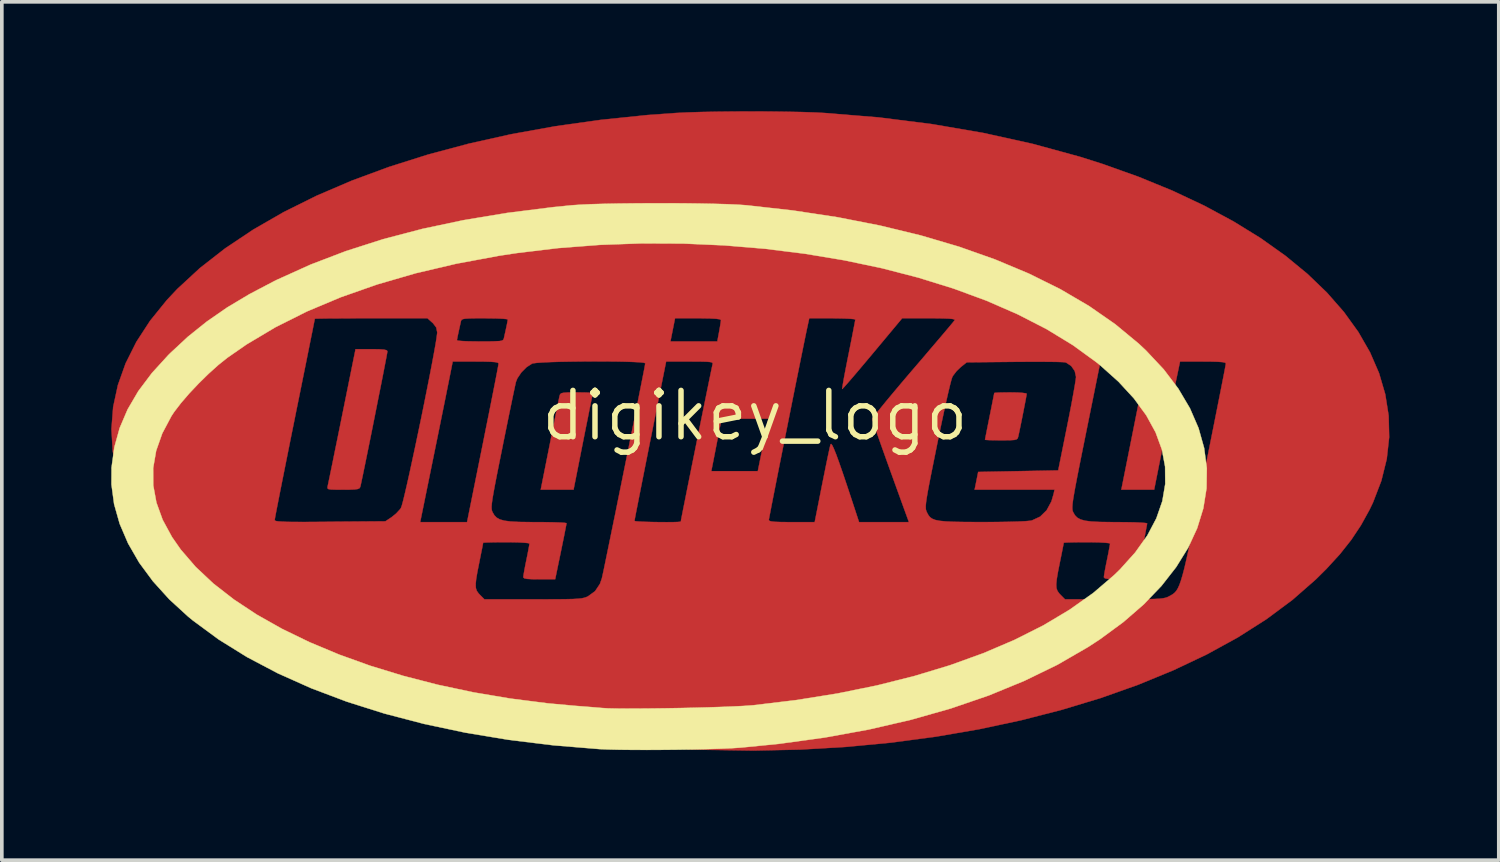
<source format=kicad_pcb>
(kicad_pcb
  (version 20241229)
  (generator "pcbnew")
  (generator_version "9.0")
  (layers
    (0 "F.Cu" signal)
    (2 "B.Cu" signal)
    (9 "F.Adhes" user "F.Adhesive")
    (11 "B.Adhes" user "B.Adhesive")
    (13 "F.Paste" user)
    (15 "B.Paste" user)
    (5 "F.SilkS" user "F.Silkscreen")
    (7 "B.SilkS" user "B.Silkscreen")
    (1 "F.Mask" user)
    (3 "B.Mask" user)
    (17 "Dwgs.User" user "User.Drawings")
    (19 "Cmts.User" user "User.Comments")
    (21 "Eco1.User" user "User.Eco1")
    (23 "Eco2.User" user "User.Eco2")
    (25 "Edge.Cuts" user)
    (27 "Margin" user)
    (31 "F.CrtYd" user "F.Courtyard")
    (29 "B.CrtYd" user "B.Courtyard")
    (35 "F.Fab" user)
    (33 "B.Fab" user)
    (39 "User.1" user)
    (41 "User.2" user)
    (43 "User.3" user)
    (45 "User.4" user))
  (footprint "digikey_logo"
    (layer "F.Cu")
    (at 17.646 8.343)
    (property "Reference" "digikey_logo" (at 0 0 0) (layer "F.SilkS") (effects (font (size 1.27 1.27) (thickness 0.15))))
    (attr through_hole)
    (fp_poly (pts (xy -4.684 -0.634) (xy -4.556 -0.629) (xy -4.483 -0.617) (xy -4.454 -0.596) (xy -4.453 -0.564) (xy -4.454 -0.561) (xy -4.467 -0.502) (xy -4.494 -0.371) (xy -4.533 -0.179) (xy -4.581 0.064) (xy -4.638 0.346) (xy -4.7 0.657) (xy -4.723 0.773) (xy -4.972 2.032) (xy -5.872 2.032) (xy -5.625 0.794) (xy -5.562 0.477) (xy -5.503 0.184) (xy -5.451 -0.075) (xy -5.408 -0.287) (xy -5.376 -0.442) (xy -5.358 -0.529) (xy -5.355 -0.54) (xy -5.341 -0.582) (xy -5.311 -0.61) (xy -5.25 -0.625) (xy -5.142 -0.633) (xy -4.972 -0.635) (xy -4.884 -0.635) (xy -4.684 -0.634)) (stroke (width 0.01) (type solid)) (fill yes) (layer "F.Cu"))
    (fp_poly (pts (xy 7.189 -0.632) (xy 7.335 -0.623) (xy 7.427 -0.61) (xy 7.451 -0.598) (xy 7.443 -0.547) (xy 7.422 -0.431) (xy 7.391 -0.27) (xy 7.354 -0.081) (xy 7.315 0.116) (xy 7.277 0.302) (xy 7.244 0.46) (xy 7.22 0.57) (xy 7.217 0.582) (xy 7.203 0.625) (xy 7.173 0.652) (xy 7.112 0.668) (xy 7.004 0.675) (xy 6.832 0.677) (xy 6.751 0.677) (xy 6.569 0.676) (xy 6.423 0.673) (xy 6.331 0.667) (xy 6.308 0.663) (xy 6.316 0.618) (xy 6.338 0.506) (xy 6.371 0.34) (xy 6.412 0.135) (xy 6.435 0.021) (xy 6.479 -0.198) (xy 6.516 -0.385) (xy 6.544 -0.527) (xy 6.56 -0.607) (xy 6.562 -0.62) (xy 6.601 -0.626) (xy 6.708 -0.631) (xy 6.864 -0.634) (xy 7.006 -0.635) (xy 7.189 -0.632)) (stroke (width 0.01) (type solid)) (fill yes) (layer "F.Cu"))
    (fp_poly (pts (xy -10.306 -1.818) (xy -10.172 -1.809) (xy -10.099 -1.792) (xy -10.075 -1.767) (xy -10.075 -1.764) (xy -10.083 -1.712) (xy -10.106 -1.587) (xy -10.142 -1.401) (xy -10.188 -1.162) (xy -10.243 -0.882) (xy -10.305 -0.572) (xy -10.371 -0.24) (xy -10.439 0.102) (xy -10.507 0.444) (xy -10.574 0.775) (xy -10.637 1.085) (xy -10.694 1.364) (xy -10.743 1.602) (xy -10.782 1.787) (xy -10.808 1.91) (xy -10.82 1.958) (xy -10.84 1.991) (xy -10.887 2.013) (xy -10.975 2.025) (xy -11.119 2.031) (xy -11.289 2.032) (xy -11.487 2.031) (xy -11.615 2.027) (xy -11.687 2.017) (xy -11.716 1.996) (xy -11.718 1.963) (xy -11.713 1.937) (xy -11.7 1.876) (xy -11.672 1.742) (xy -11.631 1.542) (xy -11.578 1.286) (xy -11.517 0.983) (xy -11.447 0.642) (xy -11.372 0.272) (xy -11.319 0.011) (xy -10.949 -1.82) (xy -10.512 -1.82) (xy -10.306 -1.818)) (stroke (width 0.01) (type solid)) (fill yes) (layer "F.Cu"))
    (fp_poly (pts (xy 0.386 -8.336) (xy 0.846 -8.33) (xy 1.27 -8.322) (xy 1.642 -8.31) (xy 1.905 -8.296) (xy 3.398 -8.174) (xy 4.851 -7.991) (xy 6.259 -7.749) (xy 7.616 -7.449) (xy 8.917 -7.093) (xy 9.525 -6.9) (xy 10.518 -6.546) (xy 11.45 -6.164) (xy 12.32 -5.754) (xy 13.125 -5.32) (xy 13.866 -4.863) (xy 14.54 -4.384) (xy 15.146 -3.886) (xy 15.683 -3.37) (xy 16.149 -2.838) (xy 16.543 -2.292) (xy 16.864 -1.733) (xy 17.111 -1.163) (xy 17.281 -0.584) (xy 17.374 0.002) (xy 17.388 0.594) (xy 17.322 1.19) (xy 17.174 1.787) (xy 16.944 2.385) (xy 16.849 2.582) (xy 16.615 3.006) (xy 16.349 3.406) (xy 16.038 3.799) (xy 15.67 4.201) (xy 15.38 4.489) (xy 14.739 5.05) (xy 14.024 5.582) (xy 13.238 6.082) (xy 12.386 6.549) (xy 11.472 6.982) (xy 10.502 7.381) (xy 9.48 7.743) (xy 8.41 8.067) (xy 7.297 8.353) (xy 6.145 8.599) (xy 4.96 8.803) (xy 3.744 8.965) (xy 2.504 9.083) (xy 1.244 9.157) (xy -0.032 9.184) (xy -1.32 9.164) (xy -1.863 9.141) (xy -3.202 9.048) (xy -4.512 8.904) (xy -5.789 8.713) (xy -7.029 8.474) (xy -8.225 8.189) (xy -9.375 7.859) (xy -10.474 7.487) (xy -11.516 7.073) (xy -12.498 6.618) (xy -13.414 6.125) (xy -14.261 5.593) (xy -14.727 5.262) (xy -15 5.045) (xy -15.297 4.786) (xy -15.468 4.627) (xy -7.656 4.627) (xy -7.65 4.73) (xy -7.624 4.807) (xy -7.577 4.873) (xy -7.539 4.914) (xy -7.415 5.038) (xy -6.076 5.038) (xy -5.702 5.037) (xy -5.402 5.036) (xy -5.167 5.033) (xy -4.988 5.029) (xy -4.854 5.021) (xy -4.755 5.011) (xy -4.683 4.996) (xy -4.626 4.978) (xy -4.575 4.955) (xy -4.574 4.954) (xy -4.382 4.814) (xy -4.257 4.627) (xy 8.261 4.627) (xy 8.267 4.73) (xy 8.294 4.807) (xy 8.34 4.873) (xy 8.379 4.914) (xy 8.502 5.038) (xy 9.85 5.038) (xy 10.228 5.037) (xy 10.53 5.036) (xy 10.767 5.033) (xy 10.948 5.028) (xy 11.083 5.021) (xy 11.181 5.01) (xy 11.253 4.996) (xy 11.307 4.978) (xy 11.346 4.959) (xy 11.406 4.927) (xy 11.46 4.894) (xy 11.508 4.855) (xy 11.552 4.805) (xy 11.594 4.737) (xy 11.636 4.646) (xy 11.679 4.525) (xy 11.725 4.37) (xy 11.776 4.175) (xy 11.832 3.933) (xy 11.897 3.64) (xy 11.971 3.288) (xy 12.056 2.874) (xy 12.154 2.39) (xy 12.267 1.831) (xy 12.316 1.587) (xy 12.414 1.098) (xy 12.507 0.632) (xy 12.594 0.197) (xy 12.673 -0.201) (xy 12.743 -0.554) (xy 12.803 -0.858) (xy 12.851 -1.103) (xy 12.886 -1.285) (xy 12.906 -1.396) (xy 12.912 -1.429) (xy 12.89 -1.451) (xy 12.817 -1.466) (xy 12.685 -1.476) (xy 12.485 -1.481) (xy 12.283 -1.482) (xy 11.655 -1.482) (xy 11.524 -0.857) (xy 11.479 -0.638) (xy 11.422 -0.355) (xy 11.356 -0.03) (xy 11.286 0.318) (xy 11.215 0.669) (xy 11.17 0.9) (xy 10.945 2.032) (xy 10.045 2.032) (xy 10.377 0.37) (xy 10.45 0.003) (xy 10.519 -0.34) (xy 10.582 -0.651) (xy 10.636 -0.92) (xy 10.68 -1.137) (xy 10.712 -1.292) (xy 10.729 -1.377) (xy 10.732 -1.388) (xy 10.755 -1.484) (xy 10.111 -1.472) (xy 9.468 -1.46) (xy 9.066 0.529) (xy 8.973 0.989) (xy 8.896 1.374) (xy 8.834 1.69) (xy 8.785 1.945) (xy 8.749 2.147) (xy 8.723 2.303) (xy 8.708 2.419) (xy 8.702 2.504) (xy 8.703 2.565) (xy 8.71 2.609) (xy 8.723 2.644) (xy 8.724 2.646) (xy 8.773 2.732) (xy 8.837 2.798) (xy 8.926 2.847) (xy 9.05 2.882) (xy 9.221 2.904) (xy 9.45 2.916) (xy 9.747 2.92) (xy 9.917 2.921) (xy 10.172 2.923) (xy 10.396 2.927) (xy 10.576 2.935) (xy 10.699 2.944) (xy 10.752 2.954) (xy 10.753 2.956) (xy 10.745 3.007) (xy 10.722 3.127) (xy 10.689 3.302) (xy 10.646 3.518) (xy 10.604 3.725) (xy 10.557 3.963) (xy 10.515 4.17) (xy 10.483 4.333) (xy 10.462 4.439) (xy 10.456 4.473) (xy 10.417 4.479) (xy 10.31 4.484) (xy 10.154 4.487) (xy 10.012 4.487) (xy 9.806 4.485) (xy 9.672 4.477) (xy 9.597 4.462) (xy 9.569 4.437) (xy 9.567 4.428) (xy 9.575 4.364) (xy 9.597 4.237) (xy 9.629 4.07) (xy 9.652 3.958) (xy 9.688 3.78) (xy 9.716 3.632) (xy 9.733 3.535) (xy 9.737 3.509) (xy 9.697 3.496) (xy 9.587 3.485) (xy 9.422 3.476) (xy 9.215 3.472) (xy 9.102 3.471) (xy 8.881 3.472) (xy 8.693 3.475) (xy 8.554 3.479) (xy 8.477 3.484) (xy 8.467 3.487) (xy 8.459 3.532) (xy 8.437 3.643) (xy 8.405 3.805) (xy 8.365 4.001) (xy 8.361 4.022) (xy 8.308 4.287) (xy 8.275 4.484) (xy 8.261 4.627) (xy -4.257 4.627) (xy -4.25 4.617) (xy -4.197 4.466) (xy -4.181 4.396) (xy -4.15 4.253) (xy -4.107 4.046) (xy -4.053 3.783) (xy -3.989 3.471) (xy -3.917 3.119) (xy -3.87 2.889) (xy -3.303 2.889) (xy -3.263 2.898) (xy -3.157 2.906) (xy -3.002 2.913) (xy -2.815 2.918) (xy -2.616 2.921) (xy -2.421 2.922) (xy -2.248 2.921) (xy -2.116 2.917) (xy -2.042 2.91) (xy -2.032 2.906) (xy -2.024 2.863) (xy 0.381 2.863) (xy 0.397 2.886) (xy 0.451 2.902) (xy 0.554 2.913) (xy 0.718 2.919) (xy 0.954 2.921) (xy 1.01 2.921) (xy 1.639 2.921) (xy 1.842 1.894) (xy 1.9 1.607) (xy 1.953 1.343) (xy 2 1.117) (xy 2.038 0.94) (xy 2.064 0.825) (xy 2.074 0.787) (xy 2.091 0.777) (xy 2.121 0.816) (xy 2.165 0.909) (xy 2.226 1.06) (xy 2.304 1.274) (xy 2.402 1.555) (xy 2.521 1.908) (xy 2.65 2.297) (xy 2.855 2.921) (xy 4.222 2.921) (xy 4.081 2.533) (xy 4.683 2.533) (xy 4.689 2.583) (xy 4.702 2.623) (xy 4.716 2.654) (xy 4.754 2.726) (xy 4.799 2.784) (xy 4.861 2.828) (xy 4.948 2.862) (xy 5.069 2.886) (xy 5.235 2.902) (xy 5.454 2.912) (xy 5.736 2.917) (xy 6.089 2.919) (xy 6.244 2.919) (xy 6.607 2.918) (xy 6.927 2.913) (xy 7.197 2.906) (xy 7.406 2.896) (xy 7.545 2.884) (xy 7.591 2.876) (xy 7.819 2.771) (xy 7.997 2.597) (xy 8.128 2.355) (xy 8.189 2.148) (xy 8.214 2.032) (xy 6.023 2.032) (xy 6.072 1.789) (xy 6.121 1.545) (xy 8.315 1.503) (xy 8.558 0.296) (xy 8.621 -0.02) (xy 8.678 -0.315) (xy 8.726 -0.579) (xy 8.765 -0.798) (xy 8.791 -0.96) (xy 8.803 -1.054) (xy 8.803 -1.063) (xy 8.768 -1.222) (xy 8.671 -1.361) (xy 8.534 -1.451) (xy 8.502 -1.461) (xy 8.436 -1.466) (xy 8.297 -1.471) (xy 8.095 -1.474) (xy 7.843 -1.476) (xy 7.551 -1.476) (xy 7.232 -1.474) (xy 7.105 -1.473) (xy 5.807 -1.46) (xy 5.645 -1.331) (xy 5.529 -1.22) (xy 5.434 -1.096) (xy 5.411 -1.056) (xy 5.387 -0.983) (xy 5.349 -0.837) (xy 5.299 -0.628) (xy 5.239 -0.364) (xy 5.172 -0.056) (xy 5.099 0.286) (xy 5.023 0.654) (xy 4.993 0.8) (xy 4.908 1.222) (xy 4.838 1.569) (xy 4.783 1.849) (xy 4.741 2.071) (xy 4.712 2.242) (xy 4.693 2.371) (xy 4.684 2.465) (xy 4.683 2.533) (xy 4.081 2.533) (xy 3.72 1.535) (xy 3.603 1.209) (xy 3.495 0.907) (xy 3.4 0.638) (xy 3.322 0.413) (xy 3.263 0.241) (xy 3.228 0.13) (xy 3.218 0.093) (xy 3.245 0.049) (xy 3.321 -0.051) (xy 3.441 -0.201) (xy 3.598 -0.394) (xy 3.788 -0.622) (xy 4.004 -0.879) (xy 4.24 -1.157) (xy 4.33 -1.262) (xy 4.574 -1.546) (xy 4.8 -1.812) (xy 5.004 -2.051) (xy 5.179 -2.257) (xy 5.319 -2.423) (xy 5.418 -2.542) (xy 5.47 -2.606) (xy 5.476 -2.614) (xy 5.471 -2.634) (xy 5.422 -2.648) (xy 5.319 -2.658) (xy 5.155 -2.664) (xy 4.92 -2.667) (xy 4.772 -2.667) (xy 4.036 -2.667) (xy 3.221 -1.69) (xy 3.016 -1.446) (xy 2.83 -1.225) (xy 2.668 -1.035) (xy 2.537 -0.884) (xy 2.445 -0.78) (xy 2.397 -0.73) (xy 2.392 -0.727) (xy 2.396 -0.77) (xy 2.415 -0.885) (xy 2.446 -1.059) (xy 2.488 -1.28) (xy 2.538 -1.535) (xy 2.565 -1.67) (xy 2.619 -1.94) (xy 2.667 -2.182) (xy 2.706 -2.384) (xy 2.735 -2.534) (xy 2.75 -2.619) (xy 2.752 -2.633) (xy 2.712 -2.645) (xy 2.602 -2.655) (xy 2.437 -2.662) (xy 2.231 -2.666) (xy 2.12 -2.667) (xy 1.489 -2.667) (xy 1.441 -2.445) (xy 1.411 -2.305) (xy 1.369 -2.101) (xy 1.316 -1.841) (xy 1.254 -1.536) (xy 1.185 -1.192) (xy 1.109 -0.818) (xy 1.03 -0.424) (xy 0.949 -0.017) (xy 0.867 0.394) (xy 0.785 0.801) (xy 0.707 1.194) (xy 0.633 1.565) (xy 0.566 1.906) (xy 0.506 2.209) (xy 0.456 2.464) (xy 0.418 2.663) (xy 0.392 2.798) (xy 0.381 2.86) (xy 0.381 2.863) (xy -2.024 2.863) (xy -2.024 2.86) (xy -2.001 2.74) (xy -1.965 2.557) (xy -1.917 2.319) (xy -1.861 2.036) (xy -1.797 1.718) (xy -1.758 1.524) (xy -1.196 1.524) (xy 0.079 1.524) (xy 0.124 1.302) (xy 0.151 1.169) (xy 0.189 0.98) (xy 0.233 0.762) (xy 0.269 0.582) (xy 0.37 0.085) (xy -0.913 0.085) (xy -1.032 0.688) (xy -1.076 0.913) (xy -1.116 1.118) (xy -1.148 1.282) (xy -1.169 1.388) (xy -1.173 1.408) (xy -1.196 1.524) (xy -1.758 1.524) (xy -1.728 1.374) (xy -1.655 1.014) (xy -1.581 0.646) (xy -1.507 0.282) (xy -1.435 -0.071) (xy -1.368 -0.402) (xy -1.307 -0.701) (xy -1.254 -0.96) (xy -1.211 -1.169) (xy -1.18 -1.318) (xy -1.163 -1.397) (xy -1.16 -1.408) (xy -1.157 -1.436) (xy -1.177 -1.456) (xy -1.231 -1.469) (xy -1.332 -1.477) (xy -1.491 -1.481) (xy -1.719 -1.482) (xy -1.786 -1.482) (xy -2.434 -1.482) (xy -2.869 0.688) (xy -2.952 1.105) (xy -3.03 1.497) (xy -3.101 1.855) (xy -3.164 2.173) (xy -3.217 2.443) (xy -3.259 2.656) (xy -3.287 2.804) (xy -3.301 2.881) (xy -3.303 2.889) (xy -3.87 2.889) (xy -3.838 2.736) (xy -3.756 2.328) (xy -3.67 1.906) (xy -3.583 1.475) (xy -3.496 1.046) (xy -3.412 0.626) (xy -3.331 0.222) (xy -3.255 -0.155) (xy -3.187 -0.5) (xy -3.127 -0.803) (xy -3.077 -1.056) (xy -3.039 -1.25) (xy -3.015 -1.379) (xy -3.006 -1.434) (xy -3.006 -1.434) (xy -3.046 -1.449) (xy -3.16 -1.461) (xy -3.335 -1.47) (xy -3.561 -1.478) (xy -3.826 -1.483) (xy -4.119 -1.485) (xy -4.428 -1.486) (xy -4.741 -1.484) (xy -5.049 -1.48) (xy -5.338 -1.475) (xy -5.598 -1.467) (xy -5.817 -1.457) (xy -5.984 -1.445) (xy -6.088 -1.431) (xy -6.109 -1.424) (xy -6.258 -1.329) (xy -6.402 -1.185) (xy -6.512 -1.022) (xy -6.552 -0.922) (xy -6.568 -0.851) (xy -6.599 -0.706) (xy -6.643 -0.498) (xy -6.697 -0.236) (xy -6.76 0.069) (xy -6.829 0.408) (xy -6.903 0.771) (xy -6.922 0.868) (xy -7.006 1.284) (xy -7.074 1.625) (xy -7.127 1.899) (xy -7.167 2.115) (xy -7.195 2.281) (xy -7.212 2.405) (xy -7.219 2.495) (xy -7.218 2.559) (xy -7.21 2.605) (xy -7.196 2.642) (xy -7.194 2.646) (xy -7.144 2.732) (xy -7.08 2.798) (xy -6.992 2.847) (xy -6.867 2.882) (xy -6.696 2.904) (xy -6.468 2.916) (xy -6.171 2.92) (xy -6.001 2.921) (xy -5.745 2.922) (xy -5.521 2.926) (xy -5.341 2.932) (xy -5.219 2.94) (xy -5.166 2.949) (xy -5.165 2.95) (xy -5.173 2.999) (xy -5.196 3.117) (xy -5.23 3.291) (xy -5.274 3.507) (xy -5.32 3.733) (xy -5.476 4.487) (xy -5.913 4.487) (xy -6.117 4.485) (xy -6.249 4.477) (xy -6.323 4.461) (xy -6.349 4.436) (xy -6.35 4.428) (xy -6.342 4.364) (xy -6.32 4.237) (xy -6.288 4.07) (xy -6.265 3.958) (xy -6.229 3.78) (xy -6.201 3.632) (xy -6.184 3.535) (xy -6.181 3.509) (xy -6.221 3.496) (xy -6.33 3.485) (xy -6.496 3.476) (xy -6.702 3.472) (xy -6.816 3.471) (xy -7.037 3.472) (xy -7.224 3.475) (xy -7.364 3.479) (xy -7.44 3.484) (xy -7.451 3.487) (xy -7.459 3.532) (xy -7.48 3.643) (xy -7.513 3.805) (xy -7.552 4.001) (xy -7.556 4.022) (xy -7.609 4.287) (xy -7.642 4.484) (xy -7.656 4.627) (xy -15.468 4.627) (xy -15.603 4.5) (xy -15.903 4.203) (xy -16.182 3.908) (xy -16.423 3.632) (xy -16.614 3.389) (xy -16.63 3.365) (xy -16.909 2.921) (xy -9.177 2.921) (xy -7.892 2.921) (xy -7.459 0.773) (xy -7.376 0.357) (xy -7.297 -0.034) (xy -7.226 -0.393) (xy -7.163 -0.711) (xy -7.11 -0.981) (xy -7.069 -1.194) (xy -7.041 -1.344) (xy -7.028 -1.421) (xy -7.027 -1.429) (xy -7.049 -1.45) (xy -7.121 -1.466) (xy -7.252 -1.476) (xy -7.452 -1.481) (xy -7.656 -1.482) (xy -8.285 -1.482) (xy -8.401 -0.9) (xy -8.437 -0.722) (xy -8.486 -0.476) (xy -8.547 -0.174) (xy -8.617 0.17) (xy -8.692 0.542) (xy -8.771 0.928) (xy -8.847 1.302) (xy -9.177 2.921) (xy -16.909 2.921) (xy -16.946 2.862) (xy -13.166 2.862) (xy -13.157 2.879) (xy -13.125 2.892) (xy -13.063 2.902) (xy -12.962 2.909) (xy -12.815 2.914) (xy -12.614 2.916) (xy -12.351 2.917) (xy -12.018 2.915) (xy -11.649 2.912) (xy -10.132 2.9) (xy -9.961 2.786) (xy -9.836 2.685) (xy -9.729 2.569) (xy -9.704 2.532) (xy -9.68 2.466) (xy -9.642 2.326) (xy -9.593 2.122) (xy -9.533 1.863) (xy -9.465 1.558) (xy -9.391 1.216) (xy -9.312 0.848) (xy -9.231 0.462) (xy -9.149 0.069) (xy -9.069 -0.324) (xy -8.993 -0.706) (xy -8.921 -1.069) (xy -8.857 -1.401) (xy -8.802 -1.696) (xy -8.758 -1.942) (xy -8.738 -2.064) (xy -8.169 -2.064) (xy -8.13 -2.053) (xy -8.02 -2.043) (xy -7.855 -2.036) (xy -7.649 -2.033) (xy -7.536 -2.032) (xy -2.316 -2.032) (xy -1.031 -2.032) (xy -0.981 -2.301) (xy -0.955 -2.448) (xy -0.937 -2.564) (xy -0.931 -2.619) (xy -0.964 -2.64) (xy -1.064 -2.654) (xy -1.237 -2.663) (xy -1.489 -2.667) (xy -1.56 -2.667) (xy -2.19 -2.667) (xy -2.253 -2.349) (xy -2.316 -2.032) (xy -7.536 -2.032) (xy -7.292 -2.032) (xy -7.12 -2.035) (xy -7.007 -2.042) (xy -6.938 -2.054) (xy -6.903 -2.074) (xy -6.886 -2.104) (xy -6.88 -2.127) (xy -6.834 -2.333) (xy -6.799 -2.497) (xy -6.779 -2.604) (xy -6.774 -2.635) (xy -6.814 -2.646) (xy -6.923 -2.656) (xy -7.088 -2.663) (xy -7.294 -2.666) (xy -7.408 -2.667) (xy -7.651 -2.667) (xy -7.823 -2.664) (xy -7.937 -2.657) (xy -8.005 -2.645) (xy -8.041 -2.625) (xy -8.058 -2.595) (xy -8.063 -2.572) (xy -8.109 -2.366) (xy -8.144 -2.202) (xy -8.165 -2.095) (xy -8.169 -2.064) (xy -8.738 -2.064) (xy -8.728 -2.13) (xy -8.712 -2.252) (xy -8.71 -2.285) (xy -8.737 -2.416) (xy -8.824 -2.531) (xy -8.844 -2.549) (xy -8.976 -2.667) (xy -10.521 -2.667) (xy -10.873 -2.667) (xy -11.197 -2.666) (xy -11.483 -2.664) (xy -11.722 -2.663) (xy -11.905 -2.66) (xy -12.023 -2.658) (xy -12.065 -2.655) (xy -12.065 -2.655) (xy -12.073 -2.613) (xy -12.097 -2.494) (xy -12.134 -2.306) (xy -12.185 -2.056) (xy -12.246 -1.751) (xy -12.317 -1.397) (xy -12.397 -1.002) (xy -12.484 -0.571) (xy -12.577 -0.114) (xy -12.615 0.078) (xy -12.71 0.547) (xy -12.799 0.992) (xy -12.882 1.407) (xy -12.957 1.783) (xy -13.023 2.115) (xy -13.078 2.395) (xy -13.121 2.616) (xy -13.15 2.77) (xy -13.164 2.852) (xy -13.166 2.862) (xy -16.946 2.862) (xy -17 2.777) (xy -17.285 2.18) (xy -17.487 1.579) (xy -17.606 0.974) (xy -17.641 0.368) (xy -17.594 -0.236) (xy -17.464 -0.837) (xy -17.252 -1.433) (xy -16.958 -2.02) (xy -16.582 -2.598) (xy -16.125 -3.163) (xy -15.835 -3.472) (xy -15.216 -4.044) (xy -14.52 -4.587) (xy -13.753 -5.099) (xy -12.917 -5.58) (xy -12.017 -6.027) (xy -11.056 -6.439) (xy -10.038 -6.815) (xy -8.967 -7.154) (xy -7.846 -7.454) (xy -6.681 -7.714) (xy -5.473 -7.932) (xy -4.228 -8.107) (xy -2.949 -8.239) (xy -2.159 -8.296) (xy -1.846 -8.311) (xy -1.466 -8.323) (xy -1.036 -8.331) (xy -0.572 -8.336) (xy -0.093 -8.338) (xy 0.386 -8.336)) (stroke (width 0.01) (type solid)) (fill yes) (layer "F.Cu"))
    (fp_poly (pts (xy -8.466 -1.012) (xy -8.363 -0.995) (xy -8.311 -0.955) (xy -8.298 -0.885) (xy -8.314 -0.776) (xy -8.346 -0.621) (xy -8.394 -0.381) (xy -8.981 -0.381) (xy -9.192 -0.383) (xy -9.37 -0.389) (xy -9.498 -0.398) (xy -9.562 -0.409) (xy -9.566 -0.413) (xy -9.556 -0.475) (xy -9.53 -0.604) (xy -9.491 -0.785) (xy -9.46 -0.921) (xy -9.448 -0.959) (xy -9.424 -0.985) (xy -9.372 -1.002) (xy -9.281 -1.011) (xy -9.135 -1.015) (xy -8.921 -1.016) (xy -8.868 -1.016) (xy -8.63 -1.016) (xy -8.466 -1.012)) (stroke (width 0.01) (type solid)) (fill yes) (layer "F.Mask"))
    (fp_poly (pts (xy -2.534 1.356) (xy -2.356 1.359) (xy -2.227 1.363) (xy -2.163 1.368) (xy -2.159 1.37) (xy -2.167 1.416) (xy -2.188 1.526) (xy -2.219 1.682) (xy -2.255 1.865) (xy -2.294 2.057) (xy -2.331 2.239) (xy -2.363 2.393) (xy -2.385 2.5) (xy -2.392 2.529) (xy -2.404 2.567) (xy -2.429 2.593) (xy -2.479 2.61) (xy -2.57 2.62) (xy -2.713 2.624) (xy -2.924 2.625) (xy -3 2.625) (xy -3.586 2.625) (xy -3.459 1.99) (xy -3.332 1.355) (xy -2.746 1.355) (xy -2.534 1.356)) (stroke (width 0.01) (type solid)) (fill yes) (layer "F.Mask"))
    (fp_poly (pts (xy 1.806 4.027) (xy 1.846 4.052) (xy 1.844 4.11) (xy 1.842 4.117) (xy 1.819 4.221) (xy 1.786 4.373) (xy 1.747 4.553) (xy 1.707 4.744) (xy 1.669 4.925) (xy 1.638 5.078) (xy 1.616 5.186) (xy 1.609 5.227) (xy 1.571 5.241) (xy 1.477 5.249) (xy 1.435 5.249) (xy 1.319 5.24) (xy 1.279 5.211) (xy 1.281 5.196) (xy 1.297 5.137) (xy 1.326 5.012) (xy 1.365 4.838) (xy 1.409 4.632) (xy 1.419 4.583) (xy 1.537 4.022) (xy 1.701 4.022) (xy 1.806 4.027)) (stroke (width 0.01) (type solid)) (fill yes) (layer "F.Mask"))
    (fp_poly (pts (xy -3.635 -1.014) (xy -3.457 -1.008) (xy -3.329 -0.999) (xy -3.265 -0.988) (xy -3.261 -0.984) (xy -3.271 -0.922) (xy -3.297 -0.793) (xy -3.336 -0.612) (xy -3.367 -0.476) (xy -3.379 -0.438) (xy -3.403 -0.412) (xy -3.455 -0.395) (xy -3.546 -0.386) (xy -3.692 -0.382) (xy -3.906 -0.381) (xy -3.959 -0.381) (xy -4.189 -0.382) (xy -4.348 -0.386) (xy -4.448 -0.394) (xy -4.503 -0.409) (xy -4.526 -0.432) (xy -4.53 -0.459) (xy -4.522 -0.542) (xy -4.501 -0.674) (xy -4.481 -0.776) (xy -4.433 -1.016) (xy -3.846 -1.016) (xy -3.635 -1.014)) (stroke (width 0.01) (type solid)) (fill yes) (layer "F.Mask"))
    (fp_poly (pts (xy -4.544 4.026) (xy -4.49 4.035) (xy -4.487 4.038) (xy -4.495 4.084) (xy -4.517 4.194) (xy -4.548 4.35) (xy -4.572 4.466) (xy -4.608 4.645) (xy -4.636 4.792) (xy -4.653 4.889) (xy -4.657 4.915) (xy -4.619 4.94) (xy -4.528 4.953) (xy -4.506 4.953) (xy -4.406 4.959) (xy -4.367 4.991) (xy -4.367 5.074) (xy -4.368 5.091) (xy -4.381 5.228) (xy -4.71 5.241) (xy -4.885 5.243) (xy -4.989 5.234) (xy -5.034 5.212) (xy -5.038 5.198) (xy -5.03 5.138) (xy -5.007 5.013) (xy -4.974 4.838) (xy -4.933 4.632) (xy -4.922 4.583) (xy -4.806 4.022) (xy -4.647 4.022) (xy -4.544 4.026)) (stroke (width 0.01) (type solid)) (fill yes) (layer "F.Mask"))
    (fp_poly (pts (xy -8.495 0.116) (xy -8.509 0.182) (xy -8.538 0.321) (xy -8.581 0.525) (xy -8.634 0.784) (xy -8.696 1.089) (xy -8.766 1.432) (xy -8.841 1.802) (xy -8.887 2.032) (xy -9.25 3.831) (xy -9.832 3.843) (xy -10.063 3.845) (xy -10.245 3.841) (xy -10.365 3.831) (xy -10.414 3.817) (xy -10.414 3.815) (xy -10.406 3.768) (xy -10.383 3.648) (xy -10.347 3.467) (xy -10.301 3.233) (xy -10.246 2.957) (xy -10.185 2.65) (xy -10.119 2.322) (xy -10.051 1.983) (xy -9.983 1.643) (xy -9.916 1.314) (xy -9.853 1.004) (xy -9.796 0.725) (xy -9.748 0.487) (xy -9.709 0.299) (xy -9.688 0.201) (xy -9.645 0) (xy -8.465 0) (xy -8.495 0.116)) (stroke (width 0.01) (type solid)) (fill yes) (layer "F.Mask"))
    (fp_poly (pts (xy -3.84 0.003) (xy -3.662 0.01) (xy -3.535 0.021) (xy -3.475 0.035) (xy -3.471 0.039) (xy -3.479 0.085) (xy -3.502 0.205) (xy -3.538 0.386) (xy -3.584 0.62) (xy -3.639 0.896) (xy -3.7 1.202) (xy -3.766 1.53) (xy -3.834 1.869) (xy -3.902 2.208) (xy -3.969 2.538) (xy -4.032 2.847) (xy -4.089 3.126) (xy -4.137 3.364) (xy -4.176 3.55) (xy -4.197 3.651) (xy -4.24 3.852) (xy -4.801 3.852) (xy -5.01 3.851) (xy -5.187 3.847) (xy -5.314 3.842) (xy -5.377 3.835) (xy -5.381 3.834) (xy -5.377 3.79) (xy -5.357 3.671) (xy -5.324 3.486) (xy -5.279 3.243) (xy -5.223 2.95) (xy -5.158 2.615) (xy -5.085 2.248) (xy -5.018 1.908) (xy -4.636 0) (xy -4.054 0) (xy -3.84 0.003)) (stroke (width 0.01) (type solid)) (fill yes) (layer "F.Mask"))
    (fp_poly (pts (xy -1.489 4.138) (xy -1.52 4.229) (xy -1.6 4.265) (xy -1.617 4.268) (xy -1.671 4.276) (xy -1.71 4.296) (xy -1.741 4.342) (xy -1.769 4.429) (xy -1.802 4.571) (xy -1.842 4.763) (xy -1.885 4.969) (xy -1.917 5.108) (xy -1.946 5.191) (xy -1.978 5.233) (xy -2.021 5.248) (xy -2.082 5.249) (xy -2.098 5.249) (xy -2.209 5.233) (xy -2.244 5.19) (xy -2.236 5.126) (xy -2.214 4.999) (xy -2.182 4.832) (xy -2.159 4.72) (xy -2.123 4.545) (xy -2.095 4.403) (xy -2.078 4.313) (xy -2.074 4.292) (xy -2.111 4.28) (xy -2.185 4.276) (xy -2.263 4.263) (xy -2.273 4.218) (xy -2.269 4.209) (xy -2.246 4.113) (xy -2.244 4.082) (xy -2.226 4.052) (xy -2.164 4.034) (xy -2.045 4.024) (xy -1.86 4.022) (xy -1.476 4.022) (xy -1.489 4.138)) (stroke (width 0.01) (type solid)) (fill yes) (layer "F.Mask"))
    (fp_poly (pts (xy 0.931 4.21) (xy 0.941 4.344) (xy 0.965 4.396) (xy 0.997 4.366) (xy 1.028 4.254) (xy 1.035 4.212) (xy 1.057 4.095) (xy 1.089 4.04) (xy 1.153 4.023) (xy 1.209 4.022) (xy 1.314 4.036) (xy 1.353 4.073) (xy 1.353 4.075) (xy 1.344 4.134) (xy 1.321 4.259) (xy 1.287 4.432) (xy 1.244 4.637) (xy 1.236 4.678) (xy 1.119 5.228) (xy 0.977 5.242) (xy 0.861 5.237) (xy 0.794 5.183) (xy 0.766 5.069) (xy 0.763 4.982) (xy 0.753 4.876) (xy 0.729 4.847) (xy 0.699 4.89) (xy 0.669 5) (xy 0.658 5.058) (xy 0.637 5.175) (xy 0.604 5.231) (xy 0.54 5.248) (xy 0.484 5.249) (xy 0.382 5.238) (xy 0.343 5.199) (xy 0.341 5.175) (xy 0.351 5.107) (xy 0.375 4.975) (xy 0.411 4.797) (xy 0.454 4.592) (xy 0.458 4.572) (xy 0.572 4.043) (xy 0.752 4.03) (xy 0.931 4.017) (xy 0.931 4.21)) (stroke (width 0.01) (type solid)) (fill yes) (layer "F.Mask"))
    (fp_poly (pts (xy -2.554 4.008) (xy -2.431 4.087) (xy -2.374 4.207) (xy -2.389 4.359) (xy -2.396 4.378) (xy -2.46 4.43) (xy -2.566 4.445) (xy -2.664 4.436) (xy -2.703 4.399) (xy -2.709 4.339) (xy -2.734 4.257) (xy -2.787 4.234) (xy -2.84 4.276) (xy -2.853 4.307) (xy -2.872 4.382) (xy -2.902 4.505) (xy -2.936 4.65) (xy -2.968 4.793) (xy -2.993 4.909) (xy -3.005 4.973) (xy -3.006 4.977) (xy -2.971 4.993) (xy -2.94 4.995) (xy -2.882 4.959) (xy -2.831 4.872) (xy -2.83 4.868) (xy -2.789 4.784) (xy -2.726 4.748) (xy -2.623 4.741) (xy -2.461 4.741) (xy -2.512 4.917) (xy -2.602 5.09) (xy -2.748 5.211) (xy -2.931 5.269) (xy -3.111 5.259) (xy -3.213 5.218) (xy -3.275 5.143) (xy -3.301 5.023) (xy -3.292 4.848) (xy -3.25 4.607) (xy -3.232 4.525) (xy -3.162 4.286) (xy -3.072 4.122) (xy -2.954 4.024) (xy -2.8 3.982) (xy -2.734 3.979) (xy -2.554 4.008)) (stroke (width 0.01) (type solid)) (fill yes) (layer "F.Mask"))
    (fp_poly (pts (xy 0.162 3.991) (xy 0.273 4.033) (xy 0.335 4.115) (xy 0.354 4.248) (xy 0.333 4.442) (xy 0.298 4.615) (xy 0.245 4.844) (xy 0.198 5.002) (xy 0.15 5.107) (xy 0.096 5.171) (xy 0.052 5.2) (xy -0.082 5.245) (xy -0.239 5.266) (xy -0.36 5.259) (xy -0.459 5.22) (xy -0.521 5.148) (xy -0.549 5.032) (xy -0.547 4.982) (xy -0.246 4.982) (xy -0.228 4.995) (xy -0.191 4.989) (xy -0.18 4.987) (xy -0.13 4.949) (xy -0.083 4.846) (xy -0.036 4.677) (xy 0.01 4.479) (xy 0.032 4.348) (xy 0.033 4.273) (xy 0.011 4.239) (xy -0.017 4.233) (xy -0.057 4.245) (xy -0.092 4.288) (xy -0.125 4.377) (xy -0.162 4.527) (xy -0.193 4.67) (xy -0.228 4.836) (xy -0.246 4.934) (xy -0.246 4.982) (xy -0.547 4.982) (xy -0.543 4.861) (xy -0.507 4.626) (xy -0.487 4.522) (xy -0.416 4.278) (xy -0.316 4.11) (xy -0.183 4.013) (xy -0.012 3.979) (xy -0.003 3.979) (xy 0.162 3.991)) (stroke (width 0.01) (type solid)) (fill yes) (layer "F.Mask"))
    (fp_poly (pts (xy 2.574 4.003) (xy 2.658 4.045) (xy 2.726 4.123) (xy 2.751 4.243) (xy 2.752 4.278) (xy 2.747 4.385) (xy 2.719 4.432) (xy 2.641 4.445) (xy 2.582 4.445) (xy 2.473 4.439) (xy 2.425 4.412) (xy 2.413 4.348) (xy 2.413 4.339) (xy 2.394 4.254) (xy 2.349 4.237) (xy 2.303 4.282) (xy 2.278 4.35) (xy 2.245 4.473) (xy 2.211 4.623) (xy 2.181 4.77) (xy 2.163 4.886) (xy 2.16 4.921) (xy 2.18 4.987) (xy 2.228 4.993) (xy 2.281 4.948) (xy 2.314 4.868) (xy 2.339 4.785) (xy 2.391 4.749) (xy 2.496 4.741) (xy 2.503 4.741) (xy 2.611 4.749) (xy 2.657 4.782) (xy 2.65 4.858) (xy 2.607 4.972) (xy 2.5 5.128) (xy 2.342 5.231) (xy 2.158 5.271) (xy 1.979 5.243) (xy 1.874 5.168) (xy 1.835 5.092) (xy 1.832 4.999) (xy 1.848 4.85) (xy 1.877 4.671) (xy 1.916 4.486) (xy 1.959 4.32) (xy 2.001 4.204) (xy 2.097 4.088) (xy 2.242 4.011) (xy 2.411 3.98) (xy 2.574 4.003)) (stroke (width 0.01) (type solid)) (fill yes) (layer "F.Mask"))
    (fp_poly (pts (xy -3.369 4.027) (xy -3.32 4.041) (xy -3.308 4.07) (xy -3.317 4.115) (xy -3.338 4.204) (xy -3.344 4.244) (xy -3.382 4.263) (xy -3.478 4.274) (xy -3.53 4.276) (xy -3.652 4.283) (xy -3.715 4.313) (xy -3.738 4.36) (xy -3.741 4.415) (xy -3.7 4.439) (xy -3.594 4.445) (xy -3.485 4.453) (xy -3.437 4.483) (xy -3.429 4.526) (xy -3.447 4.656) (xy -3.512 4.722) (xy -3.639 4.741) (xy -3.641 4.741) (xy -3.773 4.763) (xy -3.84 4.833) (xy -3.852 4.914) (xy -3.814 4.937) (xy -3.719 4.951) (xy -3.661 4.953) (xy -3.544 4.956) (xy -3.493 4.974) (xy -3.487 5.021) (xy -3.498 5.069) (xy -3.521 5.157) (xy -3.554 5.21) (xy -3.613 5.238) (xy -3.72 5.248) (xy -3.891 5.249) (xy -3.897 5.249) (xy -4.08 5.245) (xy -4.188 5.23) (xy -4.231 5.204) (xy -4.232 5.196) (xy -4.223 5.137) (xy -4.199 5.012) (xy -4.164 4.839) (xy -4.122 4.635) (xy -4.113 4.593) (xy -3.995 4.043) (xy -3.643 4.03) (xy -3.472 4.025) (xy -3.369 4.027)) (stroke (width 0.01) (type solid)) (fill yes) (layer "F.Mask"))
    (fp_poly (pts (xy 3.437 3.987) (xy 3.547 4.042) (xy 3.62 4.145) (xy 3.641 4.268) (xy 3.633 4.359) (xy 3.593 4.395) (xy 3.495 4.403) (xy 3.493 4.403) (xy 3.39 4.393) (xy 3.349 4.356) (xy 3.344 4.318) (xy 3.321 4.246) (xy 3.272 4.242) (xy 3.233 4.295) (xy 3.249 4.361) (xy 3.324 4.461) (xy 3.388 4.526) (xy 3.488 4.627) (xy 3.537 4.701) (xy 3.548 4.775) (xy 3.537 4.852) (xy 3.477 5.04) (xy 3.384 5.173) (xy 3.288 5.23) (xy 3.154 5.264) (xy 3.058 5.27) (xy 2.959 5.251) (xy 2.932 5.244) (xy 2.813 5.175) (xy 2.757 5.052) (xy 2.759 4.904) (xy 2.783 4.836) (xy 2.848 4.808) (xy 2.921 4.805) (xy 3.02 4.812) (xy 3.057 4.844) (xy 3.056 4.9) (xy 3.072 4.975) (xy 3.126 4.997) (xy 3.186 4.961) (xy 3.204 4.928) (xy 3.189 4.853) (xy 3.098 4.742) (xy 3.049 4.695) (xy 2.946 4.596) (xy 2.896 4.522) (xy 2.884 4.447) (xy 2.893 4.371) (xy 2.948 4.214) (xy 3.045 4.095) (xy 3.17 4.016) (xy 3.306 3.979) (xy 3.437 3.987)) (stroke (width 0.01) (type solid)) (fill yes) (layer "F.Mask"))
    (fp_poly (pts (xy -0.827 4.029) (xy -0.7 4.048) (xy -0.643 4.072) (xy -0.601 4.166) (xy -0.596 4.3) (xy -0.625 4.441) (xy -0.678 4.542) (xy -0.731 4.633) (xy -0.718 4.679) (xy -0.692 4.736) (xy -0.697 4.819) (xy -0.716 4.941) (xy -0.727 5.082) (xy -0.727 5.091) (xy -0.736 5.192) (xy -0.769 5.238) (xy -0.851 5.249) (xy -0.902 5.249) (xy -1.07 5.249) (xy -1.046 5.014) (xy -1.035 4.88) (xy -1.041 4.811) (xy -1.068 4.79) (xy -1.093 4.792) (xy -1.146 4.836) (xy -1.187 4.952) (xy -1.202 5.028) (xy -1.24 5.249) (xy -1.403 5.249) (xy -1.507 5.242) (xy -1.563 5.224) (xy -1.566 5.218) (xy -1.558 5.164) (xy -1.535 5.047) (xy -1.502 4.886) (xy -1.464 4.701) (xy -1.423 4.512) (xy -1.422 4.505) (xy -1.083 4.505) (xy -1.047 4.526) (xy -0.992 4.497) (xy -0.931 4.426) (xy -0.915 4.346) (xy -0.95 4.292) (xy -0.955 4.29) (xy -1.01 4.276) (xy -1.042 4.302) (xy -1.068 4.387) (xy -1.074 4.413) (xy -1.083 4.505) (xy -1.422 4.505) (xy -1.385 4.336) (xy -1.354 4.195) (xy -1.333 4.108) (xy -1.329 4.096) (xy -1.303 4.056) (xy -1.244 4.034) (xy -1.132 4.024) (xy -1 4.022) (xy -0.827 4.029)) (stroke (width 0.01) (type solid)) (fill yes) (layer "F.Mask"))
    (fp_poly (pts (xy -5.158 4.023) (xy -5.059 4.029) (xy -5.012 4.046) (xy -5.003 4.078) (xy -5.011 4.117) (xy -5.031 4.205) (xy -5.037 4.244) (xy -5.075 4.263) (xy -5.171 4.274) (xy -5.228 4.276) (xy -5.347 4.281) (xy -5.404 4.304) (xy -5.419 4.354) (xy -5.419 4.36) (xy -5.402 4.418) (xy -5.339 4.442) (xy -5.268 4.445) (xy -5.168 4.451) (xy -5.129 4.483) (xy -5.129 4.566) (xy -5.13 4.583) (xy -5.147 4.672) (xy -5.19 4.714) (xy -5.287 4.732) (xy -5.312 4.734) (xy -5.456 4.763) (xy -5.529 4.828) (xy -5.545 4.9) (xy -5.505 4.937) (xy -5.386 4.952) (xy -5.351 4.953) (xy -5.232 4.958) (xy -5.181 4.977) (xy -5.18 5.017) (xy -5.181 5.02) (xy -5.204 5.121) (xy -5.207 5.168) (xy -5.215 5.208) (xy -5.248 5.232) (xy -5.324 5.244) (xy -5.46 5.249) (xy -5.567 5.249) (xy -5.729 5.246) (xy -5.854 5.237) (xy -5.92 5.223) (xy -5.926 5.218) (xy -5.918 5.164) (xy -5.895 5.047) (xy -5.863 4.886) (xy -5.824 4.701) (xy -5.784 4.512) (xy -5.746 4.336) (xy -5.714 4.195) (xy -5.693 4.108) (xy -5.69 4.096) (xy -5.666 4.058) (xy -5.611 4.036) (xy -5.507 4.025) (xy -5.337 4.022) (xy -5.326 4.022) (xy -5.158 4.023)) (stroke (width 0.01) (type solid)) (fill yes) (layer "F.Mask"))
    (fp_poly (pts (xy 9.154 -0.378) (xy 9.255 -0.282) (xy 9.309 -0.14) (xy 9.313 -0.079) (xy 9.277 0.072) (xy 9.181 0.186) (xy 9.047 0.249) (xy 8.896 0.249) (xy 8.8 0.211) (xy 8.733 0.14) (xy 8.919 0.14) (xy 8.961 0.168) (xy 8.981 0.169) (xy 9.046 0.154) (xy 9.059 0.135) (xy 9.037 0.077) (xy 9.002 0.023) (xy 8.959 -0.027) (xy 8.937 -0.006) (xy 8.923 0.057) (xy 8.919 0.14) (xy 8.733 0.14) (xy 8.707 0.112) (xy 8.659 -0.029) (xy 8.662 -0.079) (xy 8.763 -0.079) (xy 8.778 0.016) (xy 8.813 0.077) (xy 8.834 0.085) (xy 8.842 0.047) (xy 8.847 -0.047) (xy 8.848 -0.087) (xy 8.841 -0.169) (xy 8.932 -0.169) (xy 8.967 -0.132) (xy 8.996 -0.127) (xy 9.023 -0.138) (xy 9.127 -0.138) (xy 9.132 -0.023) (xy 9.138 0.056) (xy 9.139 0.064) (xy 9.158 0.076) (xy 9.19 0.035) (xy 9.218 -0.032) (xy 9.228 -0.087) (xy 9.205 -0.175) (xy 9.176 -0.225) (xy 9.142 -0.261) (xy 9.128 -0.235) (xy 9.127 -0.138) (xy 9.023 -0.138) (xy 9.052 -0.15) (xy 9.059 -0.169) (xy 9.025 -0.207) (xy 8.996 -0.212) (xy 8.939 -0.189) (xy 8.932 -0.169) (xy 8.841 -0.169) (xy 8.839 -0.194) (xy 8.815 -0.235) (xy 8.805 -0.233) (xy 8.771 -0.174) (xy 8.763 -0.079) (xy 8.662 -0.079) (xy 8.667 -0.179) (xy 8.679 -0.213) (xy 8.745 -0.309) (xy 8.916 -0.309) (xy 8.975 -0.303) (xy 9.035 -0.31) (xy 9.028 -0.324) (xy 8.941 -0.33) (xy 8.922 -0.324) (xy 8.916 -0.309) (xy 8.745 -0.309) (xy 8.77 -0.345) (xy 8.892 -0.414) (xy 9.027 -0.424) (xy 9.154 -0.378)) (stroke (width 0.01) (type solid)) (fill yes) (layer "F.Mask"))
    (fp_poly (pts (xy -11.14 -1.015) (xy -10.795 -1.011) (xy -10.527 -1.004) (xy -10.332 -0.994) (xy -10.206 -0.982) (xy -10.147 -0.967) (xy -10.018 -0.866) (xy -9.958 -0.727) (xy -9.95 -0.633) (xy -9.958 -0.561) (xy -9.981 -0.416) (xy -10.019 -0.205) (xy -10.068 0.061) (xy -10.128 0.375) (xy -10.197 0.727) (xy -10.273 1.108) (xy -10.346 1.472) (xy -10.443 1.947) (xy -10.526 2.347) (xy -10.596 2.678) (xy -10.657 2.947) (xy -10.71 3.162) (xy -10.757 3.331) (xy -10.802 3.459) (xy -10.845 3.554) (xy -10.89 3.624) (xy -10.938 3.676) (xy -10.992 3.717) (xy -11.055 3.753) (xy -11.063 3.758) (xy -11.11 3.779) (xy -11.171 3.796) (xy -11.257 3.809) (xy -11.376 3.819) (xy -11.539 3.827) (xy -11.755 3.833) (xy -12.034 3.838) (xy -12.384 3.843) (xy -12.52 3.844) (xy -12.902 3.847) (xy -13.206 3.848) (xy -13.441 3.846) (xy -13.614 3.842) (xy -13.733 3.835) (xy -13.806 3.825) (xy -13.839 3.811) (xy -13.844 3.802) (xy -13.836 3.751) (xy -13.813 3.625) (xy -13.776 3.431) (xy -13.727 3.177) (xy -13.694 3.007) (xy -12.525 3.007) (xy -12.507 3.032) (xy -12.447 3.043) (xy -12.332 3.044) (xy -12.19 3.039) (xy -11.838 3.027) (xy -11.532 1.524) (xy -11.46 1.174) (xy -11.393 0.847) (xy -11.333 0.552) (xy -11.282 0.3) (xy -11.241 0.101) (xy -11.214 -0.035) (xy -11.201 -0.095) (xy -11.178 -0.212) (xy -11.526 -0.212) (xy -11.874 -0.212) (xy -12.185 1.333) (xy -12.256 1.686) (xy -12.323 2.015) (xy -12.383 2.311) (xy -12.435 2.564) (xy -12.476 2.763) (xy -12.504 2.9) (xy -12.518 2.963) (xy -12.519 2.964) (xy -12.525 3.007) (xy -13.694 3.007) (xy -13.667 2.87) (xy -13.597 2.518) (xy -13.52 2.128) (xy -13.437 1.708) (xy -13.368 1.365) (xy -12.89 -1.016) (xy -11.565 -1.016) (xy -11.14 -1.015)) (stroke (width 0.01) (type solid)) (fill yes) (layer "F.Mask"))
    (fp_poly (pts (xy -0.456 -1.014) (xy -0.29 -1.008) (xy -0.188 -0.996) (xy -0.137 -0.978) (xy -0.127 -0.96) (xy -0.135 -0.902) (xy -0.157 -0.775) (xy -0.191 -0.595) (xy -0.234 -0.377) (xy -0.272 -0.187) (xy -0.318 0.047) (xy -0.357 0.251) (xy -0.385 0.41) (xy -0.401 0.512) (xy -0.403 0.542) (xy -0.374 0.514) (xy -0.298 0.43) (xy -0.184 0.298) (xy -0.038 0.127) (xy 0.131 -0.075) (xy 0.26 -0.229) (xy 0.91 -1.013) (xy 1.603 -1.015) (xy 1.859 -1.015) (xy 2.041 -1.013) (xy 2.161 -1.007) (xy 2.228 -0.998) (xy 2.254 -0.982) (xy 2.251 -0.96) (xy 2.238 -0.942) (xy 2.198 -0.893) (xy 2.109 -0.788) (xy 1.979 -0.634) (xy 1.814 -0.44) (xy 1.622 -0.213) (xy 1.408 0.038) (xy 1.228 0.25) (xy 1.005 0.513) (xy 0.801 0.757) (xy 0.623 0.975) (xy 0.477 1.158) (xy 0.368 1.299) (xy 0.303 1.389) (xy 0.287 1.421) (xy 0.304 1.474) (xy 0.346 1.595) (xy 0.409 1.775) (xy 0.49 2.003) (xy 0.586 2.269) (xy 0.691 2.563) (xy 0.721 2.645) (xy 0.828 2.942) (xy 0.925 3.212) (xy 1.008 3.447) (xy 1.075 3.634) (xy 1.12 3.765) (xy 1.142 3.83) (xy 1.143 3.834) (xy 1.103 3.841) (xy 0.993 3.845) (xy 0.829 3.846) (xy 0.624 3.845) (xy 0.524 3.843) (xy -0.095 3.831) (xy -0.405 2.942) (xy -0.494 2.687) (xy -0.574 2.462) (xy -0.64 2.278) (xy -0.688 2.148) (xy -0.715 2.081) (xy -0.718 2.074) (xy -0.728 2.12) (xy -0.752 2.237) (xy -0.788 2.411) (xy -0.833 2.63) (xy -0.886 2.883) (xy -0.903 2.963) (xy -1.083 3.831) (xy -1.663 3.843) (xy -1.874 3.845) (xy -2.05 3.841) (xy -2.177 3.833) (xy -2.24 3.822) (xy -2.244 3.817) (xy -2.236 3.769) (xy -2.212 3.647) (xy -2.176 3.46) (xy -2.128 3.217) (xy -2.071 2.928) (xy -2.006 2.601) (xy -1.935 2.246) (xy -1.86 1.871) (xy -1.783 1.487) (xy -1.705 1.101) (xy -1.629 0.722) (xy -1.556 0.361) (xy -1.488 0.027) (xy -1.427 -0.273) (xy -1.375 -0.529) (xy -1.333 -0.731) (xy -1.303 -0.87) (xy -1.288 -0.938) (xy -1.287 -0.942) (xy -1.27 -0.972) (xy -1.229 -0.993) (xy -1.153 -1.006) (xy -1.027 -1.013) (xy -0.838 -1.016) (xy -0.696 -1.016) (xy -0.456 -1.014)) (stroke (width 0.01) (type solid)) (fill yes) (layer "F.Mask"))
    (fp_poly (pts (xy 3.646 0.001) (xy 4.01 0.002) (xy 4.298 0.005) (xy 4.521 0.012) (xy 4.689 0.025) (xy 4.811 0.045) (xy 4.896 0.075) (xy 4.956 0.115) (xy 4.998 0.167) (xy 5.034 0.232) (xy 5.035 0.234) (xy 5.051 0.277) (xy 5.061 0.33) (xy 5.062 0.401) (xy 5.052 0.503) (xy 5.031 0.644) (xy 4.998 0.835) (xy 4.95 1.086) (xy 4.887 1.408) (xy 4.87 1.492) (xy 4.645 2.625) (xy 2.763 2.625) (xy 2.737 2.783) (xy 2.719 2.901) (xy 2.71 2.986) (xy 2.71 2.995) (xy 2.729 3.013) (xy 2.793 3.027) (xy 2.91 3.037) (xy 3.087 3.044) (xy 3.333 3.047) (xy 3.619 3.048) (xy 3.92 3.048) (xy 4.146 3.05) (xy 4.309 3.055) (xy 4.418 3.062) (xy 4.484 3.074) (xy 4.518 3.09) (xy 4.529 3.112) (xy 4.53 3.122) (xy 4.493 3.326) (xy 4.393 3.521) (xy 4.248 3.684) (xy 4.074 3.793) (xy 4.024 3.81) (xy 3.941 3.821) (xy 3.788 3.83) (xy 3.582 3.838) (xy 3.336 3.843) (xy 3.066 3.846) (xy 2.786 3.847) (xy 2.511 3.846) (xy 2.257 3.843) (xy 2.038 3.838) (xy 1.868 3.83) (xy 1.764 3.82) (xy 1.747 3.816) (xy 1.598 3.739) (xy 1.49 3.617) (xy 1.458 3.539) (xy 1.459 3.468) (xy 1.477 3.326) (xy 1.508 3.125) (xy 1.552 2.876) (xy 1.605 2.591) (xy 1.665 2.282) (xy 1.73 1.96) (xy 1.76 1.814) (xy 2.935 1.814) (xy 2.951 1.842) (xy 3.007 1.857) (xy 3.117 1.862) (xy 3.271 1.863) (xy 3.623 1.863) (xy 3.717 1.383) (xy 3.754 1.189) (xy 3.784 1.023) (xy 3.804 0.905) (xy 3.81 0.854) (xy 3.774 0.826) (xy 3.662 0.81) (xy 3.471 0.804) (xy 3.314 0.806) (xy 3.196 0.811) (xy 3.136 0.819) (xy 3.133 0.821) (xy 3.125 0.867) (xy 3.104 0.976) (xy 3.074 1.126) (xy 3.04 1.298) (xy 3.005 1.47) (xy 2.973 1.622) (xy 2.949 1.733) (xy 2.942 1.767) (xy 2.935 1.814) (xy 1.76 1.814) (xy 1.797 1.637) (xy 1.863 1.324) (xy 1.928 1.033) (xy 1.987 0.776) (xy 2.04 0.565) (xy 2.082 0.41) (xy 2.113 0.324) (xy 2.117 0.318) (xy 2.207 0.213) (xy 2.33 0.114) (xy 2.364 0.094) (xy 2.417 0.065) (xy 2.473 0.043) (xy 2.541 0.027) (xy 2.633 0.015) (xy 2.76 0.008) (xy 2.933 0.003) (xy 3.162 0.001) (xy 3.46 0.001) (xy 3.646 0.001)) (stroke (width 0.01) (type solid)) (fill yes) (layer "F.Mask"))
    (fp_poly (pts (xy 6.359 0.002) (xy 6.536 0.009) (xy 6.664 0.018) (xy 6.727 0.03) (xy 6.731 0.033) (xy 6.723 0.081) (xy 6.7 0.203) (xy 6.664 0.388) (xy 6.617 0.627) (xy 6.561 0.911) (xy 6.498 1.23) (xy 6.435 1.545) (xy 6.366 1.887) (xy 6.303 2.201) (xy 6.248 2.479) (xy 6.202 2.711) (xy 6.167 2.887) (xy 6.145 2.999) (xy 6.138 3.036) (xy 6.177 3.041) (xy 6.281 3.046) (xy 6.429 3.048) (xy 6.476 3.048) (xy 6.645 3.046) (xy 6.748 3.038) (xy 6.803 3.018) (xy 6.829 2.981) (xy 6.837 2.953) (xy 6.851 2.89) (xy 6.88 2.754) (xy 6.921 2.556) (xy 6.972 2.306) (xy 7.031 2.015) (xy 7.097 1.692) (xy 7.148 1.439) (xy 7.436 0.021) (xy 8.015 0.009) (xy 8.261 0.006) (xy 8.431 0.009) (xy 8.537 0.019) (xy 8.587 0.036) (xy 8.594 0.05) (xy 8.585 0.099) (xy 8.562 0.225) (xy 8.524 0.419) (xy 8.474 0.674) (xy 8.413 0.983) (xy 8.342 1.338) (xy 8.263 1.734) (xy 8.178 2.161) (xy 8.086 2.613) (xy 8.077 2.662) (xy 7.967 3.204) (xy 7.872 3.669) (xy 7.791 4.064) (xy 7.721 4.395) (xy 7.66 4.668) (xy 7.607 4.89) (xy 7.56 5.066) (xy 7.517 5.205) (xy 7.476 5.31) (xy 7.436 5.39) (xy 7.394 5.451) (xy 7.349 5.497) (xy 7.299 5.537) (xy 7.242 5.576) (xy 7.242 5.576) (xy 7.197 5.605) (xy 7.151 5.627) (xy 7.092 5.644) (xy 7.009 5.656) (xy 6.894 5.664) (xy 6.734 5.669) (xy 6.52 5.672) (xy 6.24 5.673) (xy 5.945 5.673) (xy 4.79 5.673) (xy 4.66 5.563) (xy 4.594 5.497) (xy 4.552 5.422) (xy 4.533 5.323) (xy 4.537 5.187) (xy 4.562 4.999) (xy 4.609 4.746) (xy 4.62 4.688) (xy 4.711 4.233) (xy 5.298 4.233) (xy 5.509 4.234) (xy 5.687 4.238) (xy 5.816 4.242) (xy 5.88 4.248) (xy 5.884 4.25) (xy 5.876 4.296) (xy 5.855 4.406) (xy 5.823 4.562) (xy 5.8 4.678) (xy 5.764 4.854) (xy 5.736 4.996) (xy 5.718 5.086) (xy 5.715 5.108) (xy 5.754 5.115) (xy 5.858 5.117) (xy 6.007 5.115) (xy 6.062 5.113) (xy 6.41 5.101) (xy 6.526 4.53) (xy 6.569 4.317) (xy 6.605 4.133) (xy 6.631 3.994) (xy 6.643 3.917) (xy 6.644 3.909) (xy 6.617 3.889) (xy 6.528 3.873) (xy 6.371 3.861) (xy 6.141 3.851) (xy 5.888 3.845) (xy 5.616 3.84) (xy 5.417 3.834) (xy 5.275 3.825) (xy 5.178 3.813) (xy 5.113 3.794) (xy 5.066 3.768) (xy 5.024 3.732) (xy 5.02 3.729) (xy 4.93 3.598) (xy 4.909 3.475) (xy 4.916 3.4) (xy 4.939 3.253) (xy 4.975 3.043) (xy 5.023 2.779) (xy 5.08 2.471) (xy 5.145 2.13) (xy 5.216 1.766) (xy 5.236 1.662) (xy 5.565 0) (xy 6.148 0) (xy 6.359 0.002)) (stroke (width 0.01) (type solid)) (fill yes) (layer "F.Mask"))
    (fp_poly (pts (xy -6.036 0.001) (xy -5.74 0.003) (xy -5.483 0.005) (xy -5.275 0.008) (xy -5.127 0.012) (xy -5.048 0.016) (xy -5.038 0.018) (xy -5.046 0.062) (xy -5.069 0.181) (xy -5.107 0.37) (xy -5.157 0.62) (xy -5.218 0.925) (xy -5.289 1.277) (xy -5.369 1.671) (xy -5.455 2.097) (xy -5.546 2.551) (xy -5.567 2.654) (xy -5.692 3.265) (xy -5.801 3.795) (xy -5.896 4.245) (xy -5.977 4.617) (xy -6.044 4.913) (xy -6.098 5.136) (xy -6.139 5.285) (xy -6.167 5.364) (xy -6.173 5.374) (xy -6.264 5.475) (xy -6.366 5.564) (xy -6.405 5.59) (xy -6.45 5.61) (xy -6.513 5.626) (xy -6.603 5.638) (xy -6.731 5.646) (xy -6.906 5.652) (xy -7.14 5.656) (xy -7.442 5.66) (xy -7.655 5.661) (xy -8.015 5.664) (xy -8.299 5.664) (xy -8.519 5.661) (xy -8.682 5.655) (xy -8.798 5.645) (xy -8.878 5.632) (xy -8.93 5.614) (xy -8.938 5.609) (xy -9.027 5.545) (xy -9.083 5.46) (xy -9.108 5.342) (xy -9.103 5.177) (xy -9.071 4.952) (xy -9.037 4.776) (xy -8.997 4.579) (xy -8.964 4.415) (xy -8.941 4.299) (xy -8.932 4.249) (xy -8.932 4.249) (xy -8.893 4.243) (xy -8.783 4.239) (xy -8.619 4.235) (xy -8.416 4.233) (xy -8.339 4.233) (xy -7.745 4.233) (xy -7.767 4.329) (xy -7.796 4.459) (xy -7.83 4.619) (xy -7.863 4.785) (xy -7.891 4.933) (xy -7.911 5.041) (xy -7.916 5.083) (xy -7.877 5.101) (xy -7.774 5.115) (xy -7.626 5.122) (xy -7.578 5.122) (xy -7.42 5.12) (xy -7.302 5.114) (xy -7.242 5.105) (xy -7.239 5.103) (xy -7.231 5.056) (xy -7.208 4.943) (xy -7.173 4.777) (xy -7.13 4.574) (xy -7.112 4.487) (xy -7.067 4.274) (xy -7.029 4.093) (xy -7.001 3.958) (xy -6.986 3.884) (xy -6.985 3.875) (xy -7.025 3.87) (xy -7.137 3.863) (xy -7.306 3.856) (xy -7.52 3.85) (xy -7.751 3.845) (xy -8.516 3.831) (xy -8.64 3.693) (xy -8.716 3.59) (xy -8.76 3.498) (xy -8.763 3.475) (xy -8.754 3.394) (xy -8.73 3.245) (xy -8.691 3.039) (xy -8.682 2.993) (xy -7.493 2.993) (xy -7.468 3.022) (xy -7.386 3.04) (xy -7.236 3.047) (xy -7.154 3.048) (xy -6.997 3.047) (xy -6.879 3.043) (xy -6.819 3.037) (xy -6.816 3.035) (xy -6.808 2.992) (xy -6.785 2.877) (xy -6.75 2.701) (xy -6.706 2.476) (xy -6.653 2.213) (xy -6.604 1.968) (xy -6.546 1.679) (xy -6.495 1.415) (xy -6.451 1.19) (xy -6.418 1.014) (xy -6.398 0.899) (xy -6.392 0.86) (xy -6.417 0.83) (xy -6.499 0.812) (xy -6.649 0.805) (xy -6.731 0.804) (xy -6.888 0.806) (xy -7.007 0.81) (xy -7.066 0.815) (xy -7.07 0.817) (xy -7.078 0.861) (xy -7.1 0.976) (xy -7.135 1.151) (xy -7.18 1.376) (xy -7.232 1.64) (xy -7.281 1.884) (xy -7.339 2.173) (xy -7.391 2.437) (xy -7.434 2.662) (xy -7.467 2.838) (xy -7.488 2.953) (xy -7.493 2.993) (xy -8.682 2.993) (xy -8.642 2.786) (xy -8.585 2.5) (xy -8.521 2.192) (xy -8.454 1.873) (xy -8.386 1.555) (xy -8.319 1.249) (xy -8.256 0.968) (xy -8.199 0.723) (xy -8.151 0.525) (xy -8.115 0.387) (xy -8.092 0.319) (xy -8.091 0.318) (xy -8.006 0.215) (xy -7.886 0.118) (xy -7.85 0.096) (xy -7.801 0.07) (xy -7.751 0.049) (xy -7.689 0.032) (xy -7.606 0.02) (xy -7.492 0.012) (xy -7.337 0.006) (xy -7.131 0.003) (xy -6.865 0.001) (xy -6.528 0.001) (xy -6.361 0.001) (xy -6.036 0.001)) (stroke (width 0.01) (type solid)) (fill yes) (layer "F.Mask"))
    (fp_poly (pts (xy -1.946 -5.819) (xy -1.512 -5.813) (xy -1.112 -5.805) (xy -0.757 -5.795) (xy -0.46 -5.782) (xy -0.234 -5.766) (xy -0.233 -5.766) (xy 1.041 -5.623) (xy 2.263 -5.438) (xy 3.431 -5.209) (xy 4.542 -4.94) (xy 5.594 -4.63) (xy 6.585 -4.28) (xy 7.511 -3.892) (xy 8.371 -3.466) (xy 9.161 -3.003) (xy 9.879 -2.504) (xy 10.524 -1.97) (xy 10.724 -1.782) (xy 11.208 -1.266) (xy 11.608 -0.738) (xy 11.926 -0.201) (xy 12.162 0.343) (xy 12.316 0.891) (xy 12.389 1.442) (xy 12.381 1.994) (xy 12.293 2.543) (xy 12.125 3.087) (xy 11.877 3.625) (xy 11.55 4.153) (xy 11.145 4.671) (xy 10.662 5.174) (xy 10.101 5.661) (xy 9.463 6.13) (xy 9.134 6.345) (xy 8.297 6.829) (xy 7.389 7.271) (xy 6.414 7.672) (xy 5.375 8.028) (xy 4.276 8.34) (xy 3.12 8.607) (xy 1.912 8.827) (xy 0.654 9) (xy -0.381 9.102) (xy -0.619 9.118) (xy -0.925 9.132) (xy -1.286 9.143) (xy -1.685 9.153) (xy -2.107 9.16) (xy -2.536 9.164) (xy -2.958 9.166) (xy -3.357 9.165) (xy -3.716 9.161) (xy -4.022 9.154) (xy -4.255 9.144) (xy -5.521 9.04) (xy -6.749 8.89) (xy -7.933 8.694) (xy -9.07 8.453) (xy -10.157 8.169) (xy -11.189 7.843) (xy -12.164 7.475) (xy -13.077 7.067) (xy -13.924 6.621) (xy -14.703 6.137) (xy -15.409 5.617) (xy -15.542 5.508) (xy -16.056 5.037) (xy -16.503 4.543) (xy -16.881 4.031) (xy -17.185 3.504) (xy -17.415 2.968) (xy -17.568 2.428) (xy -17.641 1.887) (xy -17.638 1.438) (xy -16.497 1.438) (xy -16.495 1.912) (xy -16.408 2.385) (xy -16.237 2.858) (xy -15.98 3.331) (xy -15.743 3.671) (xy -15.333 4.147) (xy -14.846 4.605) (xy -14.284 5.042) (xy -13.654 5.458) (xy -12.96 5.849) (xy -12.207 6.214) (xy -11.399 6.552) (xy -10.542 6.86) (xy -9.639 7.136) (xy -8.697 7.379) (xy -7.719 7.587) (xy -6.711 7.757) (xy -5.677 7.889) (xy -4.932 7.957) (xy -4.7 7.975) (xy -4.485 7.992) (xy -4.306 8.007) (xy -4.186 8.017) (xy -4.17 8.018) (xy -4.023 8.027) (xy -3.804 8.032) (xy -3.525 8.034) (xy -3.197 8.033) (xy -2.834 8.03) (xy -2.448 8.025) (xy -2.05 8.018) (xy -1.652 8.009) (xy -1.268 7.999) (xy -0.909 7.987) (xy -0.587 7.974) (xy -0.315 7.961) (xy -0.104 7.946) (xy -0.042 7.941) (xy 1.132 7.8) (xy 2.262 7.619) (xy 3.343 7.399) (xy 4.373 7.14) (xy 5.348 6.845) (xy 6.264 6.514) (xy 7.118 6.149) (xy 7.907 5.752) (xy 8.627 5.322) (xy 9.276 4.862) (xy 9.848 4.373) (xy 10.007 4.219) (xy 10.424 3.755) (xy 10.757 3.288) (xy 11.005 2.818) (xy 11.169 2.346) (xy 11.249 1.874) (xy 11.245 1.401) (xy 11.157 0.929) (xy 10.985 0.46) (xy 10.729 -0.007) (xy 10.39 -0.47) (xy 9.967 -0.929) (xy 9.461 -1.382) (xy 9.37 -1.456) (xy 8.718 -1.93) (xy 7.993 -2.372) (xy 7.201 -2.778) (xy 6.349 -3.15) (xy 5.441 -3.484) (xy 4.484 -3.781) (xy 3.484 -4.04) (xy 2.446 -4.258) (xy 1.376 -4.436) (xy 0.279 -4.573) (xy -0.837 -4.666) (xy -1.968 -4.716) (xy -3.108 -4.721) (xy -4.251 -4.68) (xy -5.392 -4.592) (xy -6.523 -4.456) (xy -7.013 -4.382) (xy -8.185 -4.164) (xy -9.3 -3.902) (xy -10.357 -3.595) (xy -11.351 -3.246) (xy -12.28 -2.856) (xy -13.142 -2.424) (xy -13.933 -1.953) (xy -14.461 -1.587) (xy -14.71 -1.388) (xy -14.977 -1.148) (xy -15.248 -0.882) (xy -15.506 -0.609) (xy -15.735 -0.343) (xy -15.92 -0.102) (xy -15.996 0.013) (xy -16.248 0.489) (xy -16.415 0.963) (xy -16.497 1.438) (xy -17.638 1.438) (xy -17.637 1.414) (xy -17.561 0.866) (xy -17.415 0.34) (xy -17.197 -0.17) (xy -16.904 -0.67) (xy -16.532 -1.165) (xy -16.08 -1.661) (xy -16.026 -1.714) (xy -15.542 -2.164) (xy -15.028 -2.576) (xy -14.471 -2.962) (xy -13.857 -3.329) (xy -13.173 -3.688) (xy -13.102 -3.723) (xy -12.181 -4.139) (xy -11.213 -4.509) (xy -10.195 -4.835) (xy -9.122 -5.117) (xy -7.99 -5.357) (xy -6.792 -5.556) (xy -5.526 -5.715) (xy -5.016 -5.766) (xy -4.792 -5.781) (xy -4.496 -5.795) (xy -4.142 -5.805) (xy -3.742 -5.813) (xy -3.309 -5.818) (xy -2.857 -5.821) (xy -2.398 -5.821) (xy -1.946 -5.819)) (stroke (width 0.01) (type solid)) (fill yes) (layer "F.SilkS")))
  (gr_rect
    (start -3 -3)
    (end 38.039 20.532)
    (stroke (width 0.1) (type default))
    (fill no)
    (layer "Edge.Cuts")))
</source>
